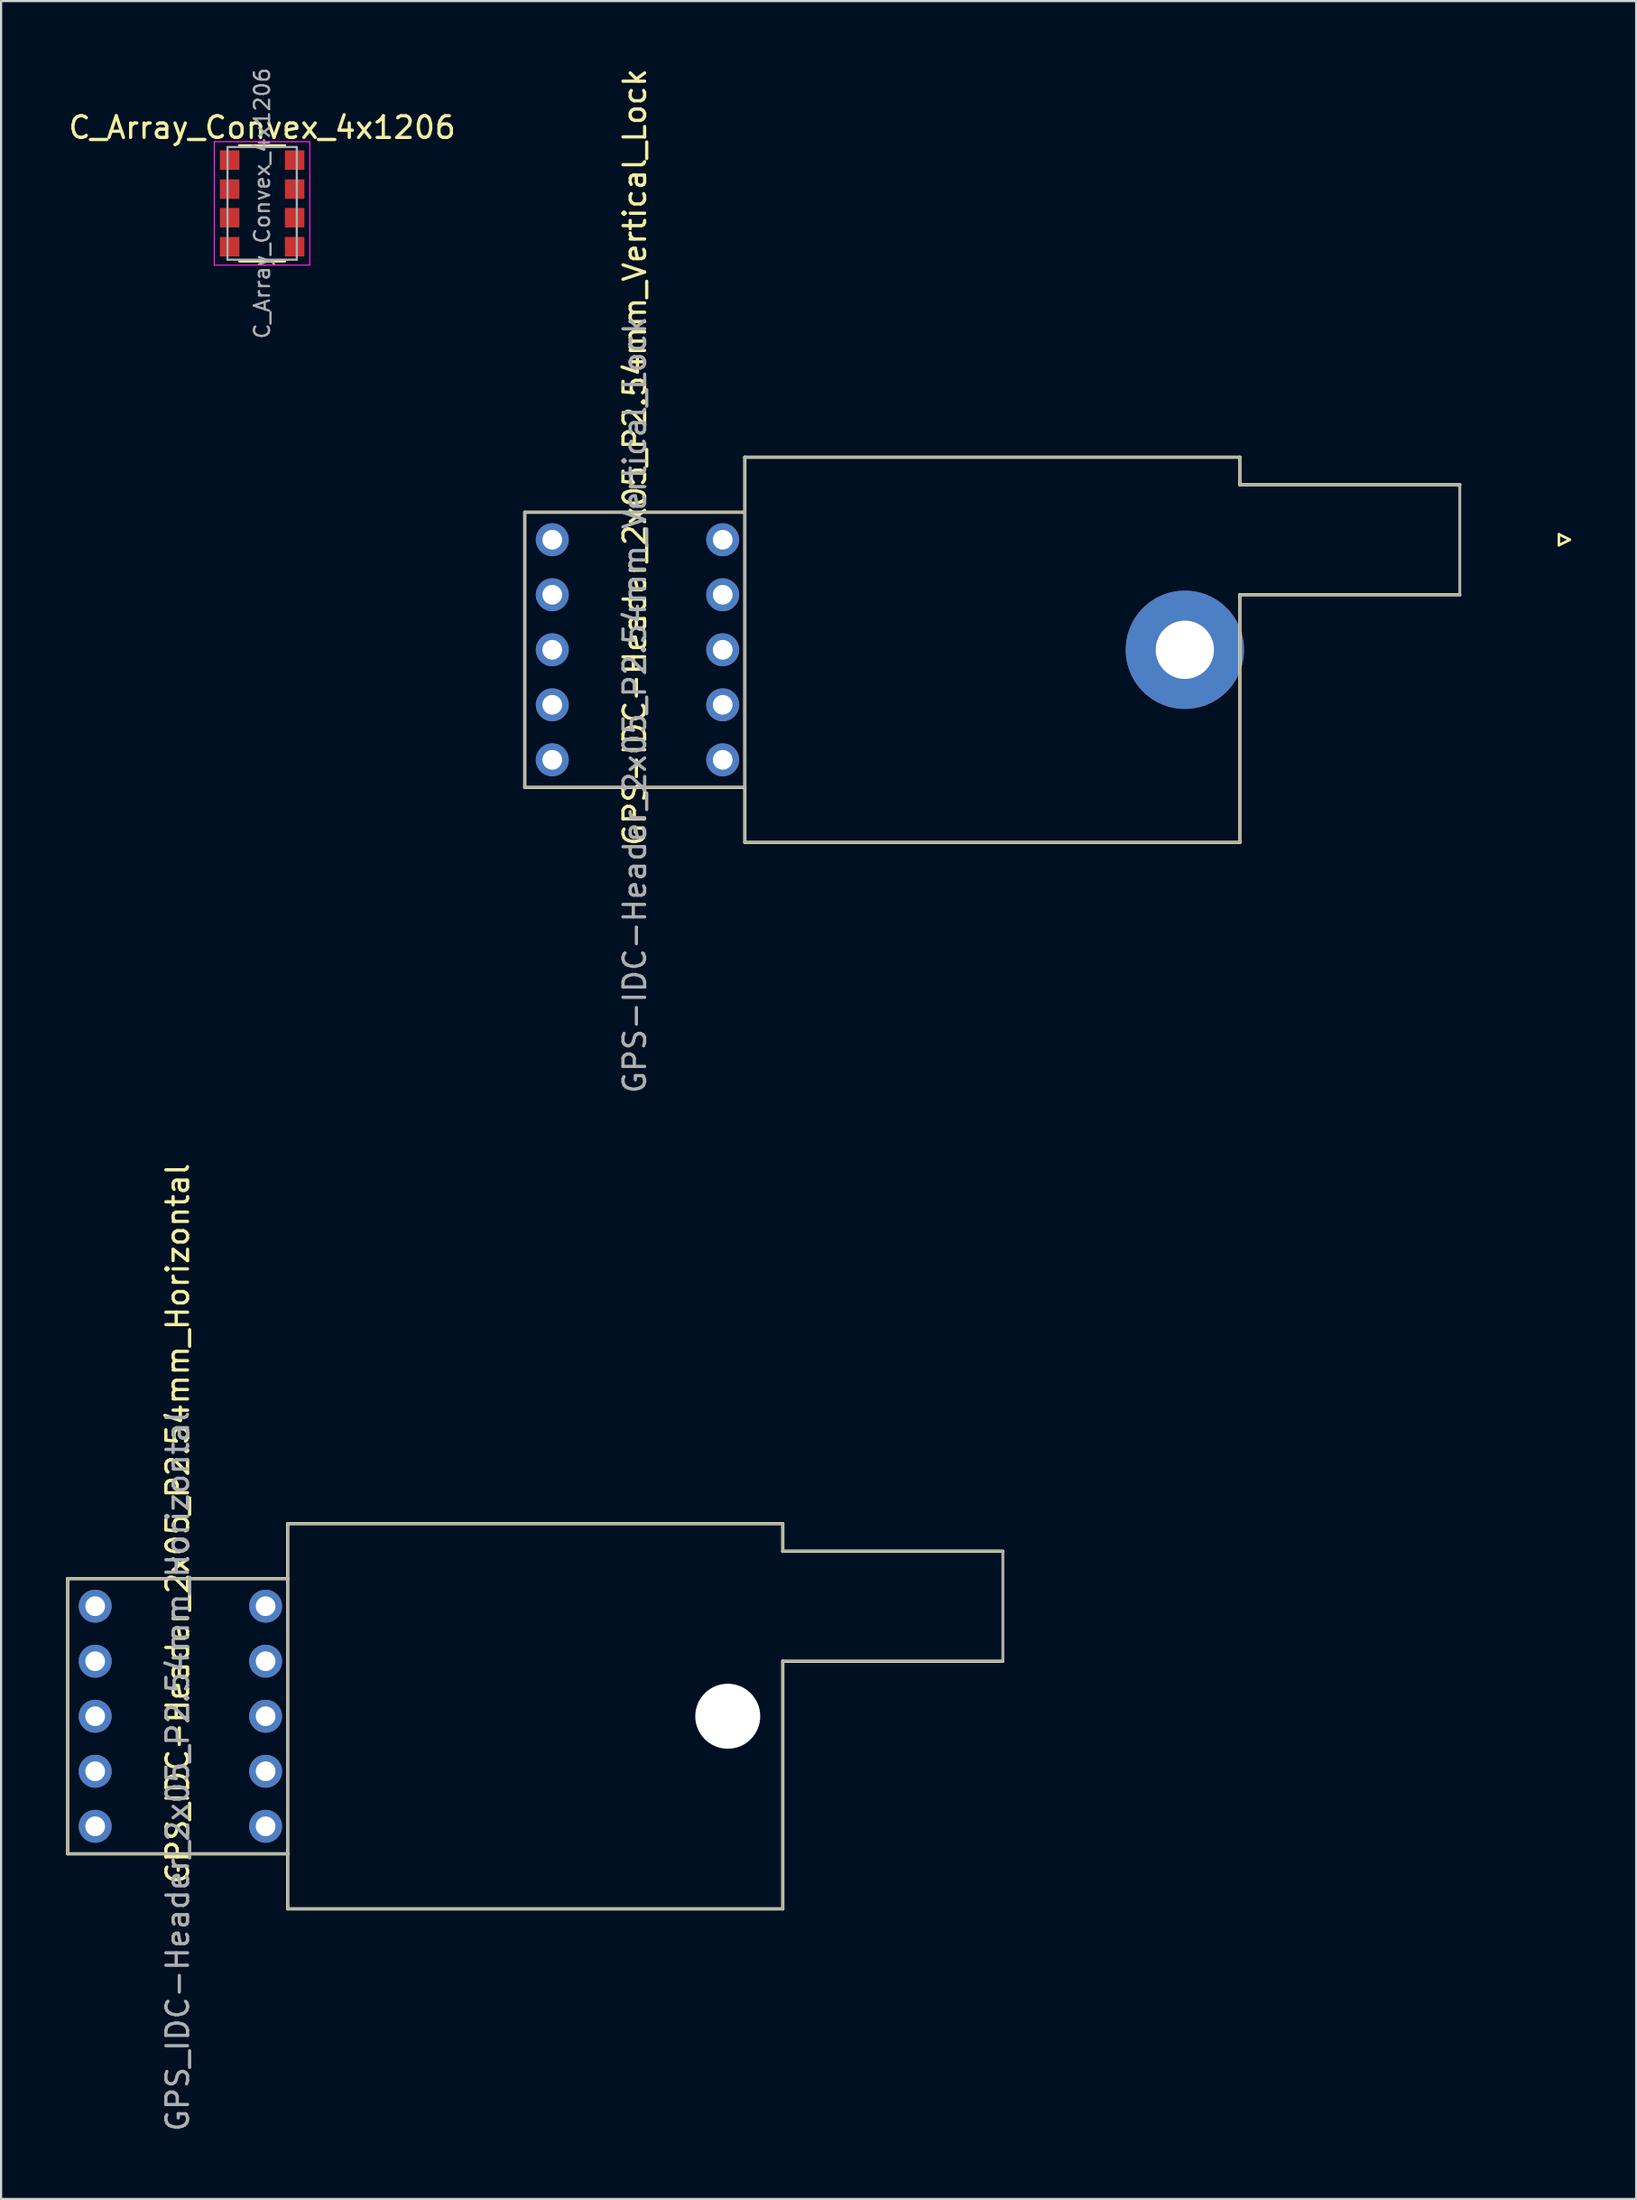
<source format=kicad_pcb>
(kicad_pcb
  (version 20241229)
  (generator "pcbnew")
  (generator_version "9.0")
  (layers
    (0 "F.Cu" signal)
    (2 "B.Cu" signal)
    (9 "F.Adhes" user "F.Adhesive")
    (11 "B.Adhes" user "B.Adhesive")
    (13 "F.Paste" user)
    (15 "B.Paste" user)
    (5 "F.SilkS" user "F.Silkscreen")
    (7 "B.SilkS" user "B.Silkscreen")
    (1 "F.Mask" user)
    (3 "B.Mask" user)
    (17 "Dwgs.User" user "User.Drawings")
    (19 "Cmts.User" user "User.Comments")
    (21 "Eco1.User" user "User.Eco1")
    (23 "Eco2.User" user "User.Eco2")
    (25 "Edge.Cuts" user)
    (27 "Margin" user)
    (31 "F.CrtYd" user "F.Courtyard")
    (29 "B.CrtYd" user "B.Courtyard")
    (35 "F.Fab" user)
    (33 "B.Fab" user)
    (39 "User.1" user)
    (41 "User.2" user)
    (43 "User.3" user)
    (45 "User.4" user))
  (footprint "GPS_IDC-Header_2x05_P2.54mm_Horizontal"
    (layer "F.Cu")
    (at 1.345 71.091)
    (property "Reference" "GPS_IDC-Header_2x05_P2.54mm_Horizontal" (at 3.81 -3.81 270) (layer "F.SilkS") (effects (font (size 1 1) (thickness 0.15))))
    (attr through_hole)
    (fp_line (start -1.27 -1.27) (end -1.27 11.43) (stroke (width 0.15) (type solid)) (layer "F.SilkS"))
    (fp_line (start -1.27 -1.27) (end 8.89 -1.27) (stroke (width 0.15) (type solid)) (layer "F.SilkS"))
    (fp_line (start -1.27 11.43) (end 8.89 11.43) (stroke (width 0.15) (type solid)) (layer "F.SilkS"))
    (fp_line (start 8.89 -3.81) (end 31.75 -3.81) (stroke (width 0.15) (type solid)) (layer "F.SilkS"))
    (fp_line (start 8.89 11.43) (end 8.89 -3.81) (stroke (width 0.15) (type solid)) (layer "F.SilkS"))
    (fp_line (start 8.89 13.97) (end 8.89 11.43) (stroke (width 0.15) (type solid)) (layer "F.SilkS"))
    (fp_line (start 31.75 -3.81) (end 31.75 -2.54) (stroke (width 0.15) (type solid)) (layer "F.SilkS"))
    (fp_line (start 31.75 -2.54) (end 41.91 -2.54) (stroke (width 0.15) (type solid)) (layer "F.SilkS"))
    (fp_line (start 31.75 2.54) (end 31.75 13.97) (stroke (width 0.15) (type solid)) (layer "F.SilkS"))
    (fp_line (start 31.75 13.97) (end 8.89 13.97) (stroke (width 0.15) (type solid)) (layer "F.SilkS"))
    (fp_line (start 41.91 -2.54) (end 41.91 2.54) (stroke (width 0.12) (type solid)) (layer "F.SilkS"))
    (fp_line (start 41.91 2.54) (end 31.75 2.54) (stroke (width 0.15) (type solid)) (layer "F.SilkS"))
    (fp_line (start -1.27 -1.27) (end 8.89 -1.27) (stroke (width 0.1) (type solid)) (layer "F.Fab"))
    (fp_line (start -1.27 11.43) (end -1.27 -1.27) (stroke (width 0.1) (type solid)) (layer "F.Fab"))
    (fp_line (start -1.27 11.43) (end 8.89 11.43) (stroke (width 0.1) (type solid)) (layer "F.Fab"))
    (fp_line (start 8.89 -3.81) (end 31.75 -3.81) (stroke (width 0.1) (type solid)) (layer "F.Fab"))
    (fp_line (start 8.89 -1.27) (end 8.89 11.43) (stroke (width 0.1) (type solid)) (layer "F.Fab"))
    (fp_line (start 8.89 13.97) (end 8.89 -3.81) (stroke (width 0.1) (type solid)) (layer "F.Fab"))
    (fp_line (start 8.89 13.97) (end 31.75 13.97) (stroke (width 0.1) (type solid)) (layer "F.Fab"))
    (fp_line (start 31.75 -2.54) (end 31.75 -3.81) (stroke (width 0.1) (type solid)) (layer "F.Fab"))
    (fp_line (start 31.75 -2.54) (end 41.91 -2.54) (stroke (width 0.1) (type solid)) (layer "F.Fab"))
    (fp_line (start 31.75 13.97) (end 31.75 2.54) (stroke (width 0.1) (type solid)) (layer "F.Fab"))
    (fp_line (start 41.91 2.54) (end 31.75 2.54) (stroke (width 0.1) (type solid)) (layer "F.Fab"))
    (fp_line (start 41.91 2.54) (end 41.91 -2.54) (stroke (width 0.1) (type solid)) (layer "F.Fab"))
    (fp_text user "${REFERENCE}" (at 3.81 7.62 90) (layer "F.Fab") (effects (font (size 1 1) (thickness 0.15))))
    (pad "" np_thru_hole circle (at 29.21 5.08) (size 3 3) (drill 3) (layers "*.Cu" "*.Mask"))
    (pad "1" thru_hole circle (at 0 0 270) (size 1.52 1.52) (drill 0.91) (layers "*.Cu" "*.Mask"))
    (pad "2" thru_hole circle (at 7.87 0 270) (size 1.52 1.52) (drill 0.91) (layers "*.Cu" "*.Mask"))
    (pad "3" thru_hole circle (at 0 2.54 270) (size 1.52 1.52) (drill 0.91) (layers "*.Cu" "*.Mask"))
    (pad "4" thru_hole circle (at 7.87 2.54 270) (size 1.52 1.52) (drill 0.91) (layers "*.Cu" "*.Mask"))
    (pad "5" thru_hole circle (at 0 5.08 270) (size 1.52 1.52) (drill 0.91) (layers "*.Cu" "*.Mask"))
    (pad "6" thru_hole circle (at 7.87 5.08 270) (size 1.52 1.52) (drill 0.91) (layers "*.Cu" "*.Mask"))
    (pad "7" thru_hole circle (at 0 7.62 270) (size 1.52 1.52) (drill 0.91) (layers "*.Cu" "*.Mask"))
    (pad "8" thru_hole circle (at 7.87 7.62 270) (size 1.52 1.52) (drill 0.91) (layers "*.Cu" "*.Mask"))
    (pad "9" thru_hole circle (at 0 10.16 270) (size 1.52 1.52) (drill 0.91) (layers "*.Cu" "*.Mask"))
    (pad "10" thru_hole circle (at 7.87 10.16 270) (size 1.52 1.52) (drill 0.91) (layers "*.Cu" "*.Mask")))
  (footprint "GPS-IDC-Header_2x05_P2.54mm_Vertical_Lock"
    (layer "F.Cu")
    (at 22.452 21.864)
    (property "Reference" "GPS-IDC-Header_2x05_P2.54mm_Vertical_Lock" (at 3.81 -3.81 270) (layer "F.SilkS") (effects (font (size 1 1) (thickness 0.15))))
    (attr through_hole)
    (fp_line (start -1.27 -1.27) (end -1.27 11.43) (stroke (width 0.15) (type solid)) (layer "F.SilkS"))
    (fp_line (start -1.27 -1.27) (end 8.89 -1.27) (stroke (width 0.15) (type solid)) (layer "F.SilkS"))
    (fp_line (start -1.27 11.43) (end 8.89 11.43) (stroke (width 0.15) (type solid)) (layer "F.SilkS"))
    (fp_line (start 8.89 -3.81) (end 31.75 -3.81) (stroke (width 0.15) (type solid)) (layer "F.SilkS"))
    (fp_line (start 8.89 11.43) (end 8.89 -3.81) (stroke (width 0.15) (type solid)) (layer "F.SilkS"))
    (fp_line (start 8.89 13.97) (end 8.89 11.43) (stroke (width 0.15) (type solid)) (layer "F.SilkS"))
    (fp_line (start 31.75 -3.81) (end 31.75 -2.54) (stroke (width 0.15) (type solid)) (layer "F.SilkS"))
    (fp_line (start 31.75 -2.54) (end 41.91 -2.54) (stroke (width 0.15) (type solid)) (layer "F.SilkS"))
    (fp_line (start 31.75 2.54) (end 31.75 13.97) (stroke (width 0.15) (type solid)) (layer "F.SilkS"))
    (fp_line (start 31.75 13.97) (end 8.89 13.97) (stroke (width 0.15) (type solid)) (layer "F.SilkS"))
    (fp_line (start 41.91 -2.54) (end 41.91 2.54) (stroke (width 0.12) (type solid)) (layer "F.SilkS"))
    (fp_line (start 41.91 2.54) (end 31.75 2.54) (stroke (width 0.15) (type solid)) (layer "F.SilkS"))
    (fp_line (start 46.482 -0.254) (end 46.482 0.254) (stroke (width 0.12) (type solid)) (layer "F.SilkS"))
    (fp_line (start 46.482 0.254) (end 46.99 0) (stroke (width 0.12) (type solid)) (layer "F.SilkS"))
    (fp_line (start 46.99 0) (end 46.482 -0.254) (stroke (width 0.12) (type solid)) (layer "F.SilkS"))
    (fp_line (start -1.27 -1.27) (end 8.89 -1.27) (stroke (width 0.1) (type solid)) (layer "F.Fab"))
    (fp_line (start -1.27 11.43) (end -1.27 -1.27) (stroke (width 0.1) (type solid)) (layer "F.Fab"))
    (fp_line (start -1.27 11.43) (end 8.89 11.43) (stroke (width 0.1) (type solid)) (layer "F.Fab"))
    (fp_line (start 8.89 -3.81) (end 31.75 -3.81) (stroke (width 0.1) (type solid)) (layer "F.Fab"))
    (fp_line (start 8.89 -1.27) (end 8.89 11.43) (stroke (width 0.1) (type solid)) (layer "F.Fab"))
    (fp_line (start 8.89 13.97) (end 8.89 -3.81) (stroke (width 0.1) (type solid)) (layer "F.Fab"))
    (fp_line (start 8.89 13.97) (end 31.75 13.97) (stroke (width 0.1) (type solid)) (layer "F.Fab"))
    (fp_line (start 31.75 -2.54) (end 31.75 -3.81) (stroke (width 0.1) (type solid)) (layer "F.Fab"))
    (fp_line (start 31.75 -2.54) (end 41.91 -2.54) (stroke (width 0.1) (type solid)) (layer "F.Fab"))
    (fp_line (start 31.75 13.97) (end 31.75 2.54) (stroke (width 0.1) (type solid)) (layer "F.Fab"))
    (fp_line (start 41.91 2.54) (end 31.75 2.54) (stroke (width 0.1) (type solid)) (layer "F.Fab"))
    (fp_line (start 41.91 2.54) (end 41.91 -2.54) (stroke (width 0.1) (type solid)) (layer "F.Fab"))
    (fp_text user "${REFERENCE}" (at 3.81 7.62 90) (layer "F.Fab") (effects (font (size 1 1) (thickness 0.15))))
    (pad "" thru_hole circle (at 29.21 5.08 270) (size 5.46 5.46) (drill 2.69) (layers "*.Cu" "*.Mask"))
    (pad "1" thru_hole circle (at 0 0 270) (size 1.52 1.52) (drill 0.91) (layers "*.Cu" "*.Mask"))
    (pad "2" thru_hole circle (at 7.87 0 270) (size 1.52 1.52) (drill 0.91) (layers "*.Cu" "*.Mask"))
    (pad "3" thru_hole circle (at 0 2.54 270) (size 1.52 1.52) (drill 0.91) (layers "*.Cu" "*.Mask"))
    (pad "4" thru_hole circle (at 7.87 2.54 270) (size 1.52 1.52) (drill 0.91) (layers "*.Cu" "*.Mask"))
    (pad "5" thru_hole circle (at 0 5.08 270) (size 1.52 1.52) (drill 0.91) (layers "*.Cu" "*.Mask"))
    (pad "6" thru_hole circle (at 7.87 5.08 270) (size 1.52 1.52) (drill 0.91) (layers "*.Cu" "*.Mask"))
    (pad "7" thru_hole circle (at 0 7.62 270) (size 1.52 1.52) (drill 0.91) (layers "*.Cu" "*.Mask"))
    (pad "8" thru_hole circle (at 7.87 7.62 270) (size 1.52 1.52) (drill 0.91) (layers "*.Cu" "*.Mask"))
    (pad "9" thru_hole circle (at 0 10.16 270) (size 1.52 1.52) (drill 0.91) (layers "*.Cu" "*.Mask"))
    (pad "10" thru_hole circle (at 7.87 10.16 270) (size 1.52 1.52) (drill 0.91) (layers "*.Cu" "*.Mask")))
  (footprint "C_Array_Convex_4x1206"
    (layer "F.Cu")
    (at 9.054 6.338)
    (property "Reference" "C_Array_Convex_4x1206" (at 0 -3.5 0) (layer "F.SilkS") (effects (font (size 1 1) (thickness 0.15))))
    (attr smd)
    (fp_line (start 1.05 -2.67) (end -1.05 -2.67) (stroke (width 0.12) (type solid)) (layer "F.SilkS"))
    (fp_line (start 1.05 2.67) (end -1.05 2.67) (stroke (width 0.12) (type solid)) (layer "F.SilkS"))
    (fp_line (start -2.21 -2.85) (end -2.21 2.85) (stroke (width 0.05) (type solid)) (layer "F.CrtYd"))
    (fp_line (start -2.21 -2.85) (end 2.2 -2.85) (stroke (width 0.05) (type solid)) (layer "F.CrtYd"))
    (fp_line (start 2.2 2.85) (end -2.21 2.85) (stroke (width 0.05) (type solid)) (layer "F.CrtYd"))
    (fp_line (start 2.2 2.85) (end 2.2 -2.85) (stroke (width 0.05) (type solid)) (layer "F.CrtYd"))
    (fp_line (start -1.6 -2.6) (end -1.6 2.6) (stroke (width 0.1) (type solid)) (layer "F.Fab"))
    (fp_line (start -1.6 2.6) (end 1.6 2.6) (stroke (width 0.1) (type solid)) (layer "F.Fab"))
    (fp_line (start 1.6 -2.6) (end -1.6 -2.6) (stroke (width 0.1) (type solid)) (layer "F.Fab"))
    (fp_line (start 1.6 2.6) (end 1.6 -2.6) (stroke (width 0.1) (type solid)) (layer "F.Fab"))
    (fp_text user "${REFERENCE}" (at 0 0 90) (layer "F.Fab") (effects (font (size 0.7 0.7) (thickness 0.105))))
    (pad "1" smd rect (at -1.5 -2) (size 0.9 0.9) (layers "F.Cu" "F.Mask" "F.Paste"))
    (pad "2" smd rect (at -1.5 -0.66) (size 0.9 0.9) (layers "F.Cu" "F.Mask" "F.Paste"))
    (pad "3" smd rect (at -1.5 0.66) (size 0.9 0.9) (layers "F.Cu" "F.Mask" "F.Paste"))
    (pad "4" smd rect (at -1.5 2) (size 0.9 0.9) (layers "F.Cu" "F.Mask" "F.Paste"))
    (pad "5" smd rect (at 1.5 2) (size 0.9 0.9) (layers "F.Cu" "F.Mask" "F.Paste"))
    (pad "6" smd rect (at 1.5 0.66) (size 0.9 0.9) (layers "F.Cu" "F.Mask" "F.Paste"))
    (pad "7" smd rect (at 1.5 -0.66) (size 0.9 0.9) (layers "F.Cu" "F.Mask" "F.Paste"))
    (pad "8" smd rect (at 1.5 -2) (size 0.9 0.9) (layers "F.Cu" "F.Mask" "F.Paste")))
  (gr_rect
    (start -3 -3)
    (end 72.502 98.455)
    (stroke (width 0.1) (type default))
    (fill no)
    (layer "Edge.Cuts")))
</source>
